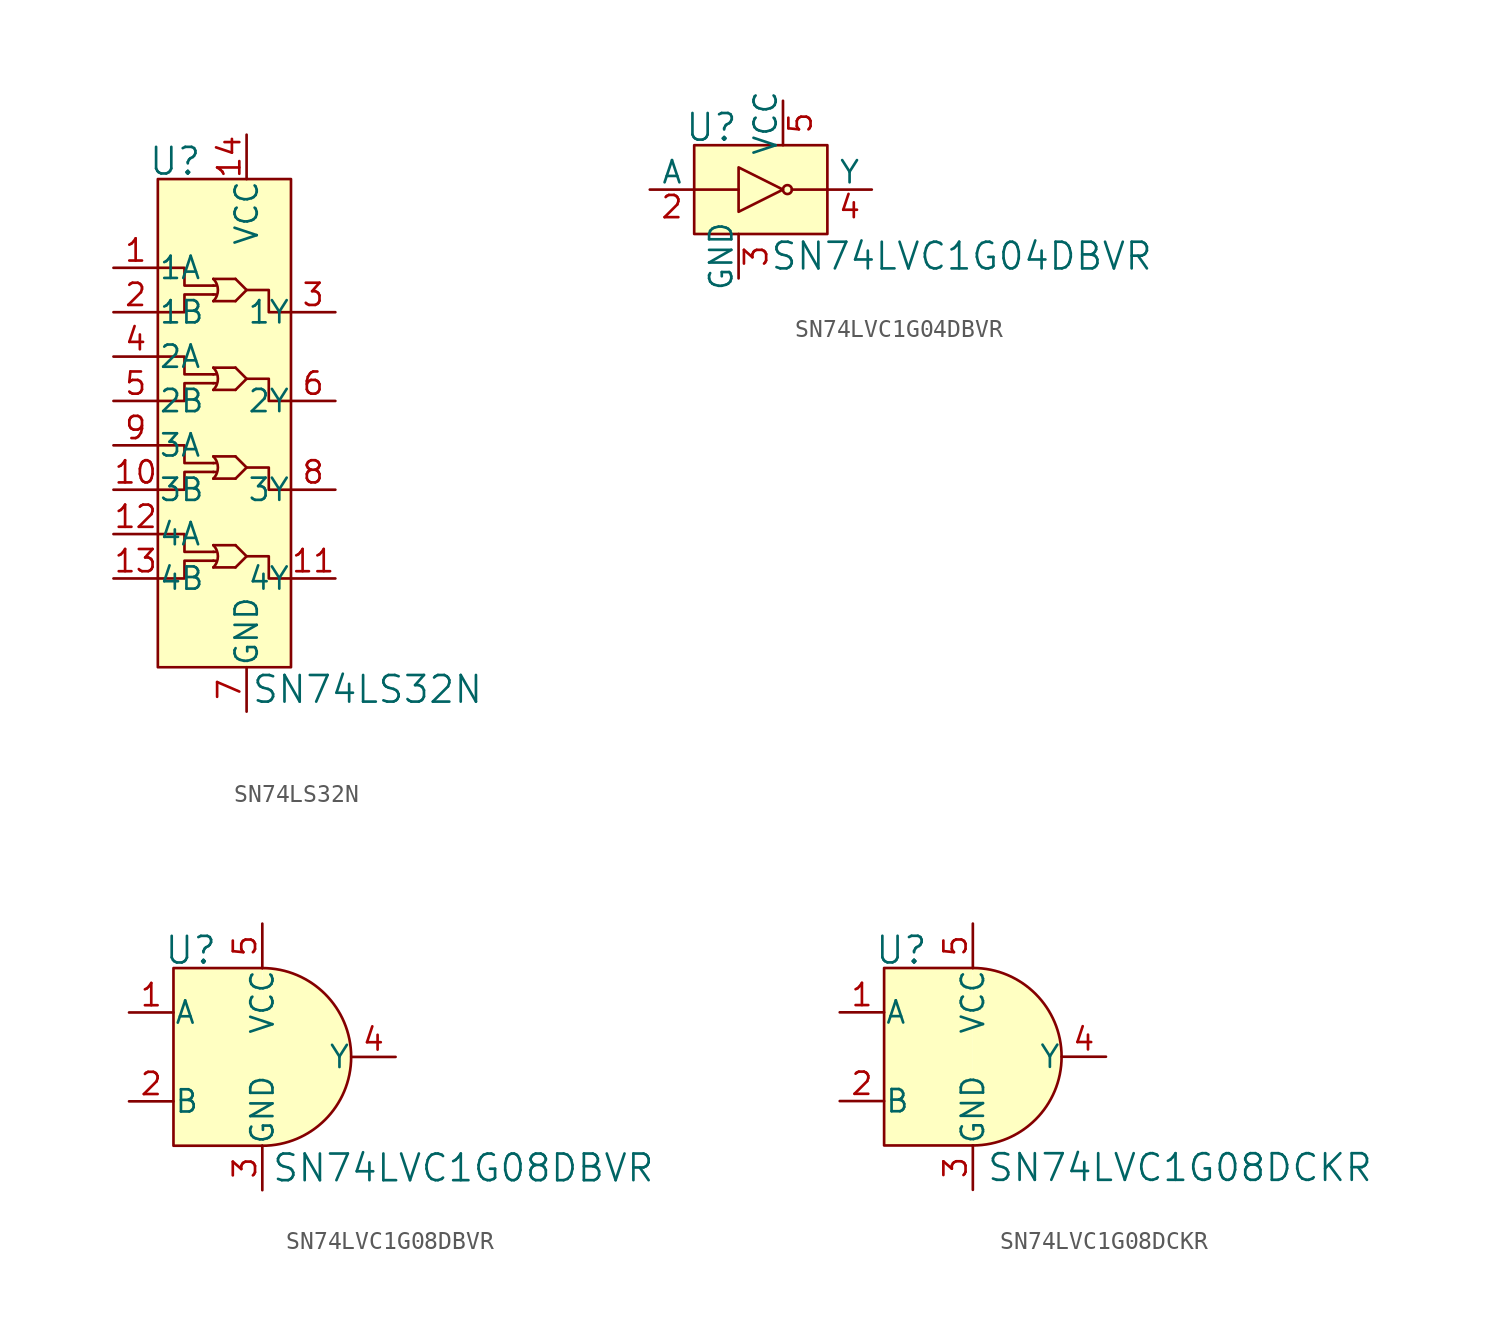
<source format=kicad_sym>
(kicad_symbol_lib
  (version 20220914)
  (generator kicad_symbol_editor)
  (symbol "SN74LS32N"
    (pin_names
      (offset 0.025))
    (property "Reference" "U"
      (at -2.54 8.636 0)
      (effects (font (size 1.524 1.524)) (justify right)))
    (property "Value" "SN74LS32N"
      (at 0.254 -21.59 0)
      (effects (font (size 1.524 1.524)) (justify left)))
    (symbol "SN74LS32N_0_1"
      (rectangle (start -5.08 7.62) (end 2.54 -20.32) (stroke (width 0) (type solid)) (fill (type background)))
      (arc (start -1.905 -14.605) (mid -1.642 -13.97) (end -1.905 -13.335) (stroke (width 0) (type solid)) (fill (type none)))
      (arc (start -1.905 -9.525) (mid -1.642 -8.89) (end -1.905 -8.255) (stroke (width 0) (type solid)) (fill (type none)))
      (arc (start -1.905 -4.445) (mid -1.642 -3.81) (end -1.905 -3.175) (stroke (width 0) (type solid)) (fill (type none)))
      (arc (start -1.905 0.635) (mid -1.642 1.27) (end -1.905 1.905) (stroke (width 0) (type solid)) (fill (type none)))
      (polyline (pts (xy -1.905 -14.224) (xy -1.778 -14.224)) (stroke (width 0) (type solid)) (fill (type none)))
      (polyline (pts (xy -1.905 -13.716) (xy -1.778 -13.716)) (stroke (width 0) (type solid)) (fill (type none)))
      (polyline (pts (xy -1.905 -9.144) (xy -1.778 -9.144)) (stroke (width 0) (type solid)) (fill (type none)))
      (polyline (pts (xy -1.905 -8.636) (xy -1.778 -8.636)) (stroke (width 0) (type solid)) (fill (type none)))
      (polyline (pts (xy -1.905 -4.064) (xy -1.778 -4.064)) (stroke (width 0) (type solid)) (fill (type none)))
      (polyline (pts (xy -1.905 -3.556) (xy -1.778 -3.556)) (stroke (width 0) (type solid)) (fill (type none)))
      (polyline (pts (xy -1.905 1.016) (xy -1.778 1.016)) (stroke (width 0) (type solid)) (fill (type none)))
      (polyline (pts (xy -1.905 1.524) (xy -1.778 1.524)) (stroke (width 0) (type solid)) (fill (type none)))
      (polyline (pts (xy -0.635 -14.605) (xy -1.905 -14.605)) (stroke (width 0) (type solid)) (fill (type none)))
      (polyline (pts (xy -0.635 -13.335) (xy -1.905 -13.335)) (stroke (width 0) (type solid)) (fill (type none)))
      (polyline (pts (xy -0.635 -9.525) (xy -1.905 -9.525)) (stroke (width 0) (type solid)) (fill (type none)))
      (polyline (pts (xy -0.635 -8.255) (xy -1.905 -8.255)) (stroke (width 0) (type solid)) (fill (type none)))
      (polyline (pts (xy -0.635 -4.445) (xy -1.905 -4.445)) (stroke (width 0) (type solid)) (fill (type none)))
      (polyline (pts (xy -0.635 -3.175) (xy -1.905 -3.175)) (stroke (width 0) (type solid)) (fill (type none)))
      (polyline (pts (xy -0.635 0.635) (xy -1.905 0.635)) (stroke (width 0) (type solid)) (fill (type none)))
      (polyline (pts (xy -0.635 1.905) (xy -1.905 1.905)) (stroke (width 0) (type solid)) (fill (type none)))
      (polyline (pts (xy -0.635 -13.335) (xy 0 -13.97) (xy -0.635 -14.605)) (stroke (width 0) (type solid)) (fill (type none)))
      (polyline (pts (xy -0.635 -8.255) (xy 0 -8.89) (xy -0.635 -9.525)) (stroke (width 0) (type solid)) (fill (type none)))
      (polyline (pts (xy -0.635 -3.175) (xy 0 -3.81) (xy -0.635 -4.445)) (stroke (width 0) (type solid)) (fill (type none)))
      (polyline (pts (xy -0.635 1.905) (xy 0 1.27) (xy -0.635 0.635)) (stroke (width 0) (type solid)) (fill (type none)))
      (polyline (pts (xy -5.08 -15.24) (xy -3.556 -15.24) (xy -3.556 -14.224) (xy -1.905 -14.224)) (stroke (width 0) (type solid)) (fill (type none)))
      (polyline (pts (xy -5.08 -10.16) (xy -3.556 -10.16) (xy -3.556 -9.144) (xy -1.905 -9.144)) (stroke (width 0) (type solid)) (fill (type none)))
      (polyline (pts (xy -5.08 -5.08) (xy -3.556 -5.08) (xy -3.556 -4.064) (xy -1.905 -4.064)) (stroke (width 0) (type solid)) (fill (type none)))
      (polyline (pts (xy -5.08 0) (xy -3.556 0) (xy -3.556 1.016) (xy -1.905 1.016)) (stroke (width 0) (type solid)) (fill (type none)))
      (polyline (pts (xy -1.905 -13.716) (xy -3.556 -13.716) (xy -3.556 -12.7) (xy -5.08 -12.7)) (stroke (width 0) (type solid)) (fill (type none)))
      (polyline (pts (xy -1.905 -8.636) (xy -3.556 -8.636) (xy -3.556 -7.62) (xy -5.08 -7.62)) (stroke (width 0) (type solid)) (fill (type none)))
      (polyline (pts (xy -1.905 -3.556) (xy -3.556 -3.556) (xy -3.556 -2.54) (xy -5.08 -2.54)) (stroke (width 0) (type solid)) (fill (type none)))
      (polyline (pts (xy -1.905 1.524) (xy -3.556 1.524) (xy -3.556 2.54) (xy -5.08 2.54)) (stroke (width 0) (type solid)) (fill (type none)))
      (polyline (pts (xy 2.54 -15.24) (xy 1.27 -15.24) (xy 1.27 -13.97) (xy 0 -13.97)) (stroke (width 0) (type solid)) (fill (type none)))
      (polyline (pts (xy 2.54 -10.16) (xy 1.27 -10.16) (xy 1.27 -8.89) (xy 0 -8.89)) (stroke (width 0) (type solid)) (fill (type none)))
      (polyline (pts (xy 2.54 -5.08) (xy 1.27 -5.08) (xy 1.27 -3.81) (xy 0 -3.81)) (stroke (width 0) (type solid)) (fill (type none)))
      (polyline (pts (xy 2.54 0) (xy 1.27 0) (xy 1.27 1.27) (xy 0 1.27)) (stroke (width 0) (type solid)) (fill (type none))))
    (symbol "SN74LS32N_1_1"
      (pin input line (at -7.62 2.54 0) (length 2.54) (name "1A" (effects (font (size 1.27 1.27)))) (number "1" (effects (font (size 1.27 1.27)))))
      (pin input line (at -7.62 -10.16 0) (length 2.54) (name "3B" (effects (font (size 1.27 1.27)))) (number "10" (effects (font (size 1.27 1.27)))))
      (pin output line (at 5.08 -15.24 180) (length 2.54) (name "4Y" (effects (font (size 1.27 1.27)))) (number "11" (effects (font (size 1.27 1.27)))))
      (pin input line (at -7.62 -12.7 0) (length 2.54) (name "4A" (effects (font (size 1.27 1.27)))) (number "12" (effects (font (size 1.27 1.27)))))
      (pin input line (at -7.62 -15.24 0) (length 2.54) (name "4B" (effects (font (size 1.27 1.27)))) (number "13" (effects (font (size 1.27 1.27)))))
      (pin power_in line (at 0 10.16 270) (length 2.54) (name "VCC" (effects (font (size 1.27 1.27)))) (number "14" (effects (font (size 1.27 1.27)))))
      (pin input line (at -7.62 0 0) (length 2.54) (name "1B" (effects (font (size 1.27 1.27)))) (number "2" (effects (font (size 1.27 1.27)))))
      (pin output line (at 5.08 0 180) (length 2.54) (name "1Y" (effects (font (size 1.27 1.27)))) (number "3" (effects (font (size 1.27 1.27)))))
      (pin input line (at -7.62 -2.54 0) (length 2.54) (name "2A" (effects (font (size 1.27 1.27)))) (number "4" (effects (font (size 1.27 1.27)))))
      (pin input line (at -7.62 -5.08 0) (length 2.54) (name "2B" (effects (font (size 1.27 1.27)))) (number "5" (effects (font (size 1.27 1.27)))))
      (pin output line (at 5.08 -5.08 180) (length 2.54) (name "2Y" (effects (font (size 1.27 1.27)))) (number "6" (effects (font (size 1.27 1.27)))))
      (pin power_in line (at 0 -22.86 90) (length 2.54) (name "GND" (effects (font (size 1.27 1.27)))) (number "7" (effects (font (size 1.27 1.27)))))
      (pin output line (at 5.08 -10.16 180) (length 2.54) (name "3Y" (effects (font (size 1.27 1.27)))) (number "8" (effects (font (size 1.27 1.27)))))
      (pin input line (at -7.62 -7.62 0) (length 2.54) (name "3A" (effects (font (size 1.27 1.27)))) (number "9" (effects (font (size 1.27 1.27)))))))
  (symbol "SN74LVC1G04DBVR"
    (pin_names
      (offset 0))
    (property "Reference" "U"
      (at -2.54 3.556 0)
      (effects (font (size 1.524 1.524)) (justify right)))
    (property "Value" "SN74LVC1G04DBVR"
      (at -0.762 -3.81 0)
      (effects (font (size 1.524 1.524)) (justify left)))
    (symbol "SN74LVC1G04DBVR_0_1"
      (rectangle (start -5.08 2.54) (end 2.54 -2.54) (stroke (width 0) (type solid)) (fill (type background)))
      (polyline (pts (xy -2.54 0) (xy -5.08 0)) (stroke (width 0) (type solid)) (fill (type none)))
      (polyline (pts (xy 2.54 0) (xy 0.508 0)) (stroke (width 0) (type solid)) (fill (type none)))
      (polyline (pts (xy -2.54 1.27) (xy -2.54 -1.27) (xy 0 0) (xy -2.54 1.27)) (stroke (width 0) (type solid)) (fill (type none)))
      (circle (center 0.254 0) (radius 0.254) (stroke (width 0) (type solid)) (fill (type none))))
    (symbol "SN74LVC1G04DBVR_1_1"
      (pin no_connect line (at -2.54 0 0) (length 2.54) hide (name "NC" (effects (font (size 1.27 1.27)))) (number "1" (effects (font (size 1.27 1.27)))))
      (pin input line (at -7.62 0 0) (length 2.54) (name "A" (effects (font (size 1.27 1.27)))) (number "2" (effects (font (size 1.27 1.27)))))
      (pin power_in line (at -2.54 -5.08 90) (length 2.54) (name "GND" (effects (font (size 1.27 1.27)))) (number "3" (effects (font (size 1.27 1.27)))))
      (pin output line (at 5.08 0 180) (length 2.54) (name "Y" (effects (font (size 1.27 1.27)))) (number "4" (effects (font (size 1.27 1.27)))))
      (pin power_in line (at 0 5.08 270) (length 2.54) (name "VCC" (effects (font (size 1.27 1.27)))) (number "5" (effects (font (size 1.27 1.27)))))))
  (symbol "SN74LVC1G08DBVR"
    (pin_names
      (offset 0.025))
    (property "Reference" "U"
      (at -2.54 6.096 0)
      (effects (font (size 1.524 1.524)) (justify right)))
    (property "Value" "SN74LVC1G08DBVR"
      (at 0.508 -6.35 0)
      (effects (font (size 1.524 1.524)) (justify left)))
    (symbol "SN74LVC1G08DBVR_1_1"
      (arc (start 0 -5.08) (mid 5.0579 0) (end 0 5.08) (stroke (width 0) (type solid)) (fill (type background)))
      (polyline (pts (xy 0 5.08) (xy -5.08 5.08) (xy -5.08 -5.08) (xy 0 -5.08)) (stroke (width 0) (type solid)) (fill (type background)))
      (pin input line (at -7.62 2.54 0) (length 2.54) (name "A" (effects (font (size 1.27 1.27)))) (number "1" (effects (font (size 1.27 1.27)))))
      (pin input line (at -7.62 -2.54 0) (length 2.54) (name "B" (effects (font (size 1.27 1.27)))) (number "2" (effects (font (size 1.27 1.27)))))
      (pin power_in line (at 0 -7.62 90) (length 2.54) (name "GND" (effects (font (size 1.27 1.27)))) (number "3" (effects (font (size 1.27 1.27)))))
      (pin output line (at 7.62 0 180) (length 2.54) (name "Y" (effects (font (size 1.27 1.27)))) (number "4" (effects (font (size 1.27 1.27)))))
      (pin power_in line (at 0 7.62 270) (length 2.54) (name "VCC" (effects (font (size 1.27 1.27)))) (number "5" (effects (font (size 1.27 1.27)))))))
  (symbol "SN74LVC1G08DCKR"
    (pin_names
      (offset 0.025))
    (property "Reference" "U"
      (at -2.54 6.096 0)
      (effects (font (size 1.524 1.524)) (justify right)))
    (property "Value" "SN74LVC1G08DCKR"
      (at 0.762 -6.35 0)
      (effects (font (size 1.524 1.524)) (justify left)))
    (symbol "SN74LVC1G08DCKR_1_1"
      (arc (start 0 -5.08) (mid 5.0579 0) (end 0 5.08) (stroke (width 0) (type solid)) (fill (type background)))
      (polyline (pts (xy 0 5.08) (xy -5.08 5.08) (xy -5.08 -5.08) (xy 0 -5.08)) (stroke (width 0) (type solid)) (fill (type background)))
      (pin input line (at -7.62 2.54 0) (length 2.54) (name "A" (effects (font (size 1.27 1.27)))) (number "1" (effects (font (size 1.27 1.27)))))
      (pin input line (at -7.62 -2.54 0) (length 2.54) (name "B" (effects (font (size 1.27 1.27)))) (number "2" (effects (font (size 1.27 1.27)))))
      (pin power_in line (at 0 -7.62 90) (length 2.54) (name "GND" (effects (font (size 1.27 1.27)))) (number "3" (effects (font (size 1.27 1.27)))))
      (pin output line (at 7.62 0 180) (length 2.54) (name "Y" (effects (font (size 1.27 1.27)))) (number "4" (effects (font (size 1.27 1.27)))))
      (pin power_in line (at 0 7.62 270) (length 2.54) (name "VCC" (effects (font (size 1.27 1.27)))) (number "5" (effects (font (size 1.27 1.27))))))))
</source>
